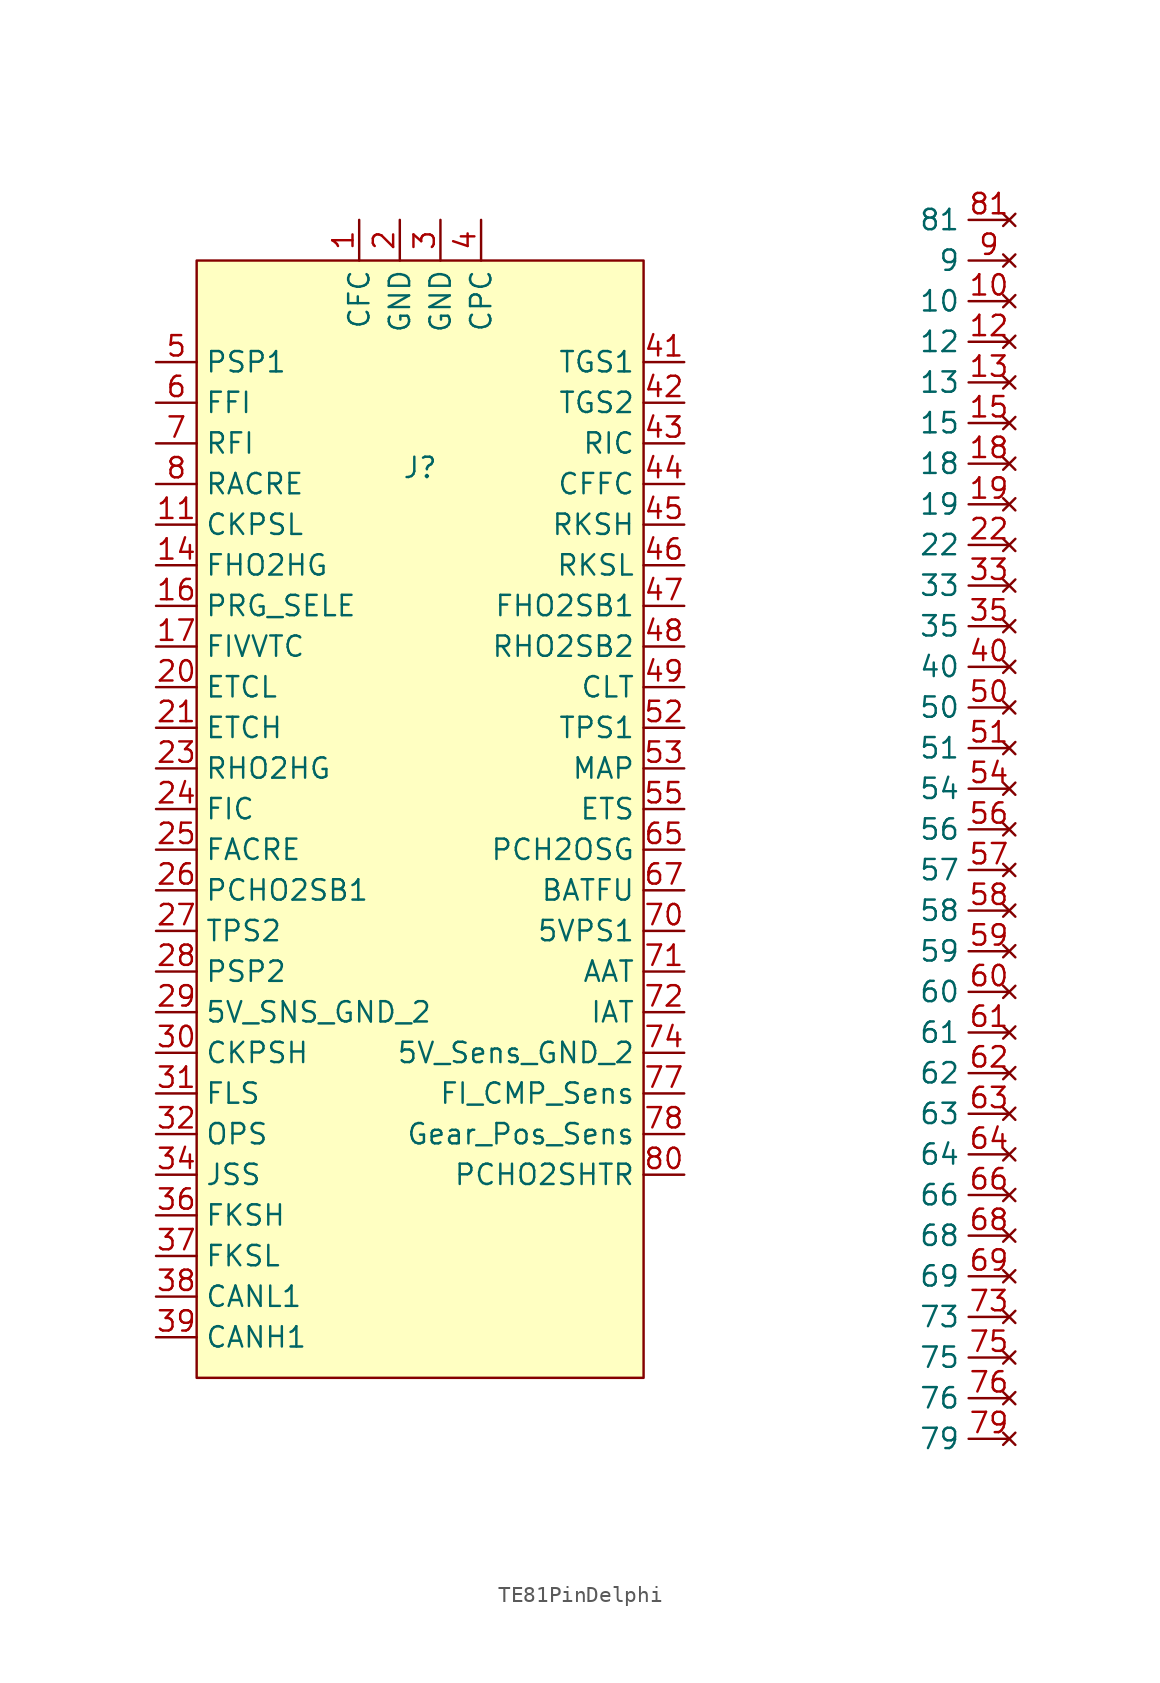
<source format=kicad_sym>
(kicad_symbol_lib
  (version 20231120)
  (generator "kicad_symbol_editor")
  (generator_version "8.0")
  (symbol "TE81PinDelphi"
    (property "Reference" "J"
      (at 0 -0.254 0)
      (effects (font (size 1.27 1.27))))
    (property "Value" ""
      (at -5.08 3.81 0)
      (effects (font (size 1.27 1.27))))
    (symbol "TE81PinDelphi_0_1"
      (rectangle (start -13.97 12.7) (end 13.97 -57.15) (stroke (width 0) (type default)) (fill (type background))))
    (symbol "TE81PinDelphi_1_0"
      (pin output line (at -3.81 15.24 270) (length 2.54) (name "CFC" (effects (font (size 1.27 1.27)))) (number "1" (effects (font (size 1.27 1.27)))))
      (pin no_connect line (at 36.83 10.16 180) (length 2.54) (name "10" (effects (font (size 1.27 1.27)))) (number "10" (effects (font (size 1.27 1.27)))))
      (pin bidirectional line (at -16.51 -3.81 0) (length 2.54) (name "CKPSL" (effects (font (size 1.27 1.27)))) (number "11" (effects (font (size 1.27 1.27)))))
      (pin no_connect line (at 36.83 7.62 180) (length 2.54) (name "12" (effects (font (size 1.27 1.27)))) (number "12" (effects (font (size 1.27 1.27)))))
      (pin no_connect line (at 36.83 5.08 180) (length 2.54) (name "13" (effects (font (size 1.27 1.27)))) (number "13" (effects (font (size 1.27 1.27)))))
      (pin unspecified line (at -16.51 -6.35 0) (length 2.54) (name "FHO2HG" (effects (font (size 1.27 1.27)))) (number "14" (effects (font (size 1.27 1.27)))))
      (pin no_connect line (at 36.83 2.54 180) (length 2.54) (name "15" (effects (font (size 1.27 1.27)))) (number "15" (effects (font (size 1.27 1.27)))))
      (pin output line (at -16.51 -8.89 0) (length 2.54) (name "PRG_SELE" (effects (font (size 1.27 1.27)))) (number "16" (effects (font (size 1.27 1.27)))))
      (pin output line (at -16.51 -11.43 0) (length 2.54) (name "FIVVTC" (effects (font (size 1.27 1.27)))) (number "17" (effects (font (size 1.27 1.27)))))
      (pin no_connect line (at 36.83 0 180) (length 2.54) (name "18" (effects (font (size 1.27 1.27)))) (number "18" (effects (font (size 1.27 1.27)))))
      (pin no_connect line (at 36.83 -2.54 180) (length 2.54) (name "19" (effects (font (size 1.27 1.27)))) (number "19" (effects (font (size 1.27 1.27)))))
      (pin power_in line (at -1.27 15.24 270) (length 2.54) (name "GND" (effects (font (size 1.27 1.27)))) (number "2" (effects (font (size 1.27 1.27)))))
      (pin bidirectional line (at -16.51 -13.97 0) (length 2.54) (name "ETCL" (effects (font (size 1.27 1.27)))) (number "20" (effects (font (size 1.27 1.27)))))
      (pin bidirectional line (at -16.51 -16.51 0) (length 2.54) (name "ETCH" (effects (font (size 1.27 1.27)))) (number "21" (effects (font (size 1.27 1.27)))))
      (pin no_connect line (at 36.83 -5.08 180) (length 2.54) (name "22" (effects (font (size 1.27 1.27)))) (number "22" (effects (font (size 1.27 1.27)))))
      (pin output line (at -16.51 -19.05 0) (length 2.54) (name "RHO2HG" (effects (font (size 1.27 1.27)))) (number "23" (effects (font (size 1.27 1.27)))))
      (pin output line (at -16.51 -21.59 0) (length 2.54) (name "FIC" (effects (font (size 1.27 1.27)))) (number "24" (effects (font (size 1.27 1.27)))))
      (pin output line (at -16.51 -24.13 0) (length 2.54) (name "FACRE" (effects (font (size 1.27 1.27)))) (number "25" (effects (font (size 1.27 1.27)))))
      (pin output line (at -16.51 -26.67 0) (length 2.54) (name "PCHO2SB1" (effects (font (size 1.27 1.27)))) (number "26" (effects (font (size 1.27 1.27)))))
      (pin output line (at -16.51 -29.21 0) (length 2.54) (name "TPS2" (effects (font (size 1.27 1.27)))) (number "27" (effects (font (size 1.27 1.27)))))
      (pin unspecified line (at -16.51 -31.75 0) (length 2.54) (name "PSP2" (effects (font (size 1.27 1.27)))) (number "28" (effects (font (size 1.27 1.27)))))
      (pin unspecified line (at -16.51 -34.29 0) (length 2.54) (name "5V_SNS_GND_2" (effects (font (size 1.27 1.27)))) (number "29" (effects (font (size 1.27 1.27)))))
      (pin power_in line (at 1.27 15.24 270) (length 2.54) (name "GND" (effects (font (size 1.27 1.27)))) (number "3" (effects (font (size 1.27 1.27)))))
      (pin bidirectional line (at -16.51 -36.83 0) (length 2.54) (name "CKPSH" (effects (font (size 1.27 1.27)))) (number "30" (effects (font (size 1.27 1.27)))))
      (pin input line (at -16.51 -39.37 0) (length 2.54) (name "FLS" (effects (font (size 1.27 1.27)))) (number "31" (effects (font (size 1.27 1.27)))))
      (pin input line (at -16.51 -41.91 0) (length 2.54) (name "OPS" (effects (font (size 1.27 1.27)))) (number "32" (effects (font (size 1.27 1.27)))))
      (pin no_connect line (at 36.83 -7.62 180) (length 2.54) (name "33" (effects (font (size 1.27 1.27)))) (number "33" (effects (font (size 1.27 1.27)))))
      (pin input line (at -16.51 -44.45 0) (length 2.54) (name "JSS" (effects (font (size 1.27 1.27)))) (number "34" (effects (font (size 1.27 1.27)))))
      (pin no_connect line (at 36.83 -10.16 180) (length 2.54) (name "35" (effects (font (size 1.27 1.27)))) (number "35" (effects (font (size 1.27 1.27)))))
      (pin bidirectional line (at -16.51 -46.99 0) (length 2.54) (name "FKSH" (effects (font (size 1.27 1.27)))) (number "36" (effects (font (size 1.27 1.27)))))
      (pin bidirectional line (at -16.51 -49.53 0) (length 2.54) (name "FKSL" (effects (font (size 1.27 1.27)))) (number "37" (effects (font (size 1.27 1.27)))))
      (pin bidirectional line (at -16.51 -52.07 0) (length 2.54) (name "CANL1" (effects (font (size 1.27 1.27)))) (number "38" (effects (font (size 1.27 1.27)))))
      (pin bidirectional line (at -16.51 -54.61 0) (length 2.54) (name "CANH1" (effects (font (size 1.27 1.27)))) (number "39" (effects (font (size 1.27 1.27)))))
      (pin output line (at 3.81 15.24 270) (length 2.54) (name "CPC" (effects (font (size 1.27 1.27)))) (number "4" (effects (font (size 1.27 1.27)))))
      (pin no_connect line (at 36.83 -12.7 180) (length 2.54) (name "40" (effects (font (size 1.27 1.27)))) (number "40" (effects (font (size 1.27 1.27)))))
      (pin input line (at 16.51 6.35 180) (length 2.54) (name "TGS1" (effects (font (size 1.27 1.27)))) (number "41" (effects (font (size 1.27 1.27)))))
      (pin input line (at 16.51 3.81 180) (length 2.54) (name "TGS2" (effects (font (size 1.27 1.27)))) (number "42" (effects (font (size 1.27 1.27)))))
      (pin output line (at 16.51 1.27 180) (length 2.54) (name "RIC" (effects (font (size 1.27 1.27)))) (number "43" (effects (font (size 1.27 1.27)))))
      (pin output line (at 16.51 -1.27 180) (length 2.54) (name "CFFC" (effects (font (size 1.27 1.27)))) (number "44" (effects (font (size 1.27 1.27)))))
      (pin bidirectional line (at 16.51 -3.81 180) (length 2.54) (name "RKSH" (effects (font (size 1.27 1.27)))) (number "45" (effects (font (size 1.27 1.27)))))
      (pin bidirectional line (at 16.51 -6.35 180) (length 2.54) (name "RKSL" (effects (font (size 1.27 1.27)))) (number "46" (effects (font (size 1.27 1.27)))))
      (pin input line (at 16.51 -8.89 180) (length 2.54) (name "FHO2SB1" (effects (font (size 1.27 1.27)))) (number "47" (effects (font (size 1.27 1.27)))))
      (pin input line (at 16.51 -11.43 180) (length 2.54) (name "RHO2SB2" (effects (font (size 1.27 1.27)))) (number "48" (effects (font (size 1.27 1.27)))))
      (pin input line (at 16.51 -13.97 180) (length 2.54) (name "CLT" (effects (font (size 1.27 1.27)))) (number "49" (effects (font (size 1.27 1.27)))))
      (pin unspecified line (at -16.51 6.35 0) (length 2.54) (name "PSP1" (effects (font (size 1.27 1.27)))) (number "5" (effects (font (size 1.27 1.27)))))
      (pin no_connect line (at 36.83 -15.24 180) (length 2.54) (name "50" (effects (font (size 1.27 1.27)))) (number "50" (effects (font (size 1.27 1.27)))))
      (pin no_connect line (at 36.83 -17.78 180) (length 2.54) (name "51" (effects (font (size 1.27 1.27)))) (number "51" (effects (font (size 1.27 1.27)))))
      (pin input line (at 16.51 -16.51 180) (length 2.54) (name "TPS1" (effects (font (size 1.27 1.27)))) (number "52" (effects (font (size 1.27 1.27)))))
      (pin input line (at 16.51 -19.05 180) (length 2.54) (name "MAP" (effects (font (size 1.27 1.27)))) (number "53" (effects (font (size 1.27 1.27)))))
      (pin no_connect line (at 36.83 -20.32 180) (length 2.54) (name "54" (effects (font (size 1.27 1.27)))) (number "54" (effects (font (size 1.27 1.27)))))
      (pin input line (at 16.51 -21.59 180) (length 2.54) (name "ETS" (effects (font (size 1.27 1.27)))) (number "55" (effects (font (size 1.27 1.27)))))
      (pin no_connect line (at 36.83 -22.86 180) (length 2.54) (name "56" (effects (font (size 1.27 1.27)))) (number "56" (effects (font (size 1.27 1.27)))))
      (pin no_connect line (at 36.83 -25.4 180) (length 2.54) (name "57" (effects (font (size 1.27 1.27)))) (number "57" (effects (font (size 1.27 1.27)))))
      (pin no_connect line (at 36.83 -27.94 180) (length 2.54) (name "58" (effects (font (size 1.27 1.27)))) (number "58" (effects (font (size 1.27 1.27)))))
      (pin no_connect line (at 36.83 -30.48 180) (length 2.54) (name "59" (effects (font (size 1.27 1.27)))) (number "59" (effects (font (size 1.27 1.27)))))
      (pin output line (at -16.51 3.81 0) (length 2.54) (name "FFI" (effects (font (size 1.27 1.27)))) (number "6" (effects (font (size 1.27 1.27)))))
      (pin no_connect line (at 36.83 -33.02 180) (length 2.54) (name "60" (effects (font (size 1.27 1.27)))) (number "60" (effects (font (size 1.27 1.27)))))
      (pin no_connect line (at 36.83 -35.56 180) (length 2.54) (name "61" (effects (font (size 1.27 1.27)))) (number "61" (effects (font (size 1.27 1.27)))))
      (pin no_connect line (at 36.83 -38.1 180) (length 2.54) (name "62" (effects (font (size 1.27 1.27)))) (number "62" (effects (font (size 1.27 1.27)))))
      (pin no_connect line (at 36.83 -40.64 180) (length 2.54) (name "63" (effects (font (size 1.27 1.27)))) (number "63" (effects (font (size 1.27 1.27)))))
      (pin no_connect line (at 36.83 -43.18 180) (length 2.54) (name "64" (effects (font (size 1.27 1.27)))) (number "64" (effects (font (size 1.27 1.27)))))
      (pin input line (at 16.51 -24.13 180) (length 2.54) (name "PCH2OSG" (effects (font (size 1.27 1.27)))) (number "65" (effects (font (size 1.27 1.27)))))
      (pin no_connect line (at 36.83 -45.72 180) (length 2.54) (name "66" (effects (font (size 1.27 1.27)))) (number "66" (effects (font (size 1.27 1.27)))))
      (pin input line (at 16.51 -26.67 180) (length 2.54) (name "BATFU" (effects (font (size 1.27 1.27)))) (number "67" (effects (font (size 1.27 1.27)))))
      (pin no_connect line (at 36.83 -48.26 180) (length 2.54) (name "68" (effects (font (size 1.27 1.27)))) (number "68" (effects (font (size 1.27 1.27)))))
      (pin no_connect line (at 36.83 -50.8 180) (length 2.54) (name "69" (effects (font (size 1.27 1.27)))) (number "69" (effects (font (size 1.27 1.27)))))
      (pin output line (at -16.51 1.27 0) (length 2.54) (name "RFI" (effects (font (size 1.27 1.27)))) (number "7" (effects (font (size 1.27 1.27)))))
      (pin input line (at 16.51 -29.21 180) (length 2.54) (name "5VPS1" (effects (font (size 1.27 1.27)))) (number "70" (effects (font (size 1.27 1.27)))))
      (pin input line (at 16.51 -31.75 180) (length 2.54) (name "AAT" (effects (font (size 1.27 1.27)))) (number "71" (effects (font (size 1.27 1.27)))))
      (pin input line (at 16.51 -34.29 180) (length 2.54) (name "IAT" (effects (font (size 1.27 1.27)))) (number "72" (effects (font (size 1.27 1.27)))))
      (pin no_connect line (at 36.83 -53.34 180) (length 2.54) (name "73" (effects (font (size 1.27 1.27)))) (number "73" (effects (font (size 1.27 1.27)))))
      (pin input line (at 16.51 -36.83 180) (length 2.54) (name "5V_Sens_GND_2" (effects (font (size 1.27 1.27)))) (number "74" (effects (font (size 1.27 1.27)))))
      (pin no_connect line (at 36.83 -55.88 180) (length 2.54) (name "75" (effects (font (size 1.27 1.27)))) (number "75" (effects (font (size 1.27 1.27)))))
      (pin no_connect line (at 36.83 -58.42 180) (length 2.54) (name "76" (effects (font (size 1.27 1.27)))) (number "76" (effects (font (size 1.27 1.27)))))
      (pin input line (at 16.51 -39.37 180) (length 2.54) (name "FI_CMP_Sens" (effects (font (size 1.27 1.27)))) (number "77" (effects (font (size 1.27 1.27)))))
      (pin input line (at 16.51 -41.91 180) (length 2.54) (name "Gear_Pos_Sens" (effects (font (size 1.27 1.27)))) (number "78" (effects (font (size 1.27 1.27)))))
      (pin no_connect line (at 36.83 -60.96 180) (length 2.54) (name "79" (effects (font (size 1.27 1.27)))) (number "79" (effects (font (size 1.27 1.27)))))
      (pin output line (at -16.51 -1.27 0) (length 2.54) (name "RACRE" (effects (font (size 1.27 1.27)))) (number "8" (effects (font (size 1.27 1.27)))))
      (pin input line (at 16.51 -44.45 180) (length 2.54) (name "PCHO2SHTR" (effects (font (size 1.27 1.27)))) (number "80" (effects (font (size 1.27 1.27)))))
      (pin no_connect line (at 36.83 15.24 180) (length 2.54) (name "81" (effects (font (size 1.27 1.27)))) (number "81" (effects (font (size 1.27 1.27)))))
      (pin no_connect line (at 36.83 12.7 180) (length 2.54) (name "9" (effects (font (size 1.27 1.27)))) (number "9" (effects (font (size 1.27 1.27))))))))
</source>
